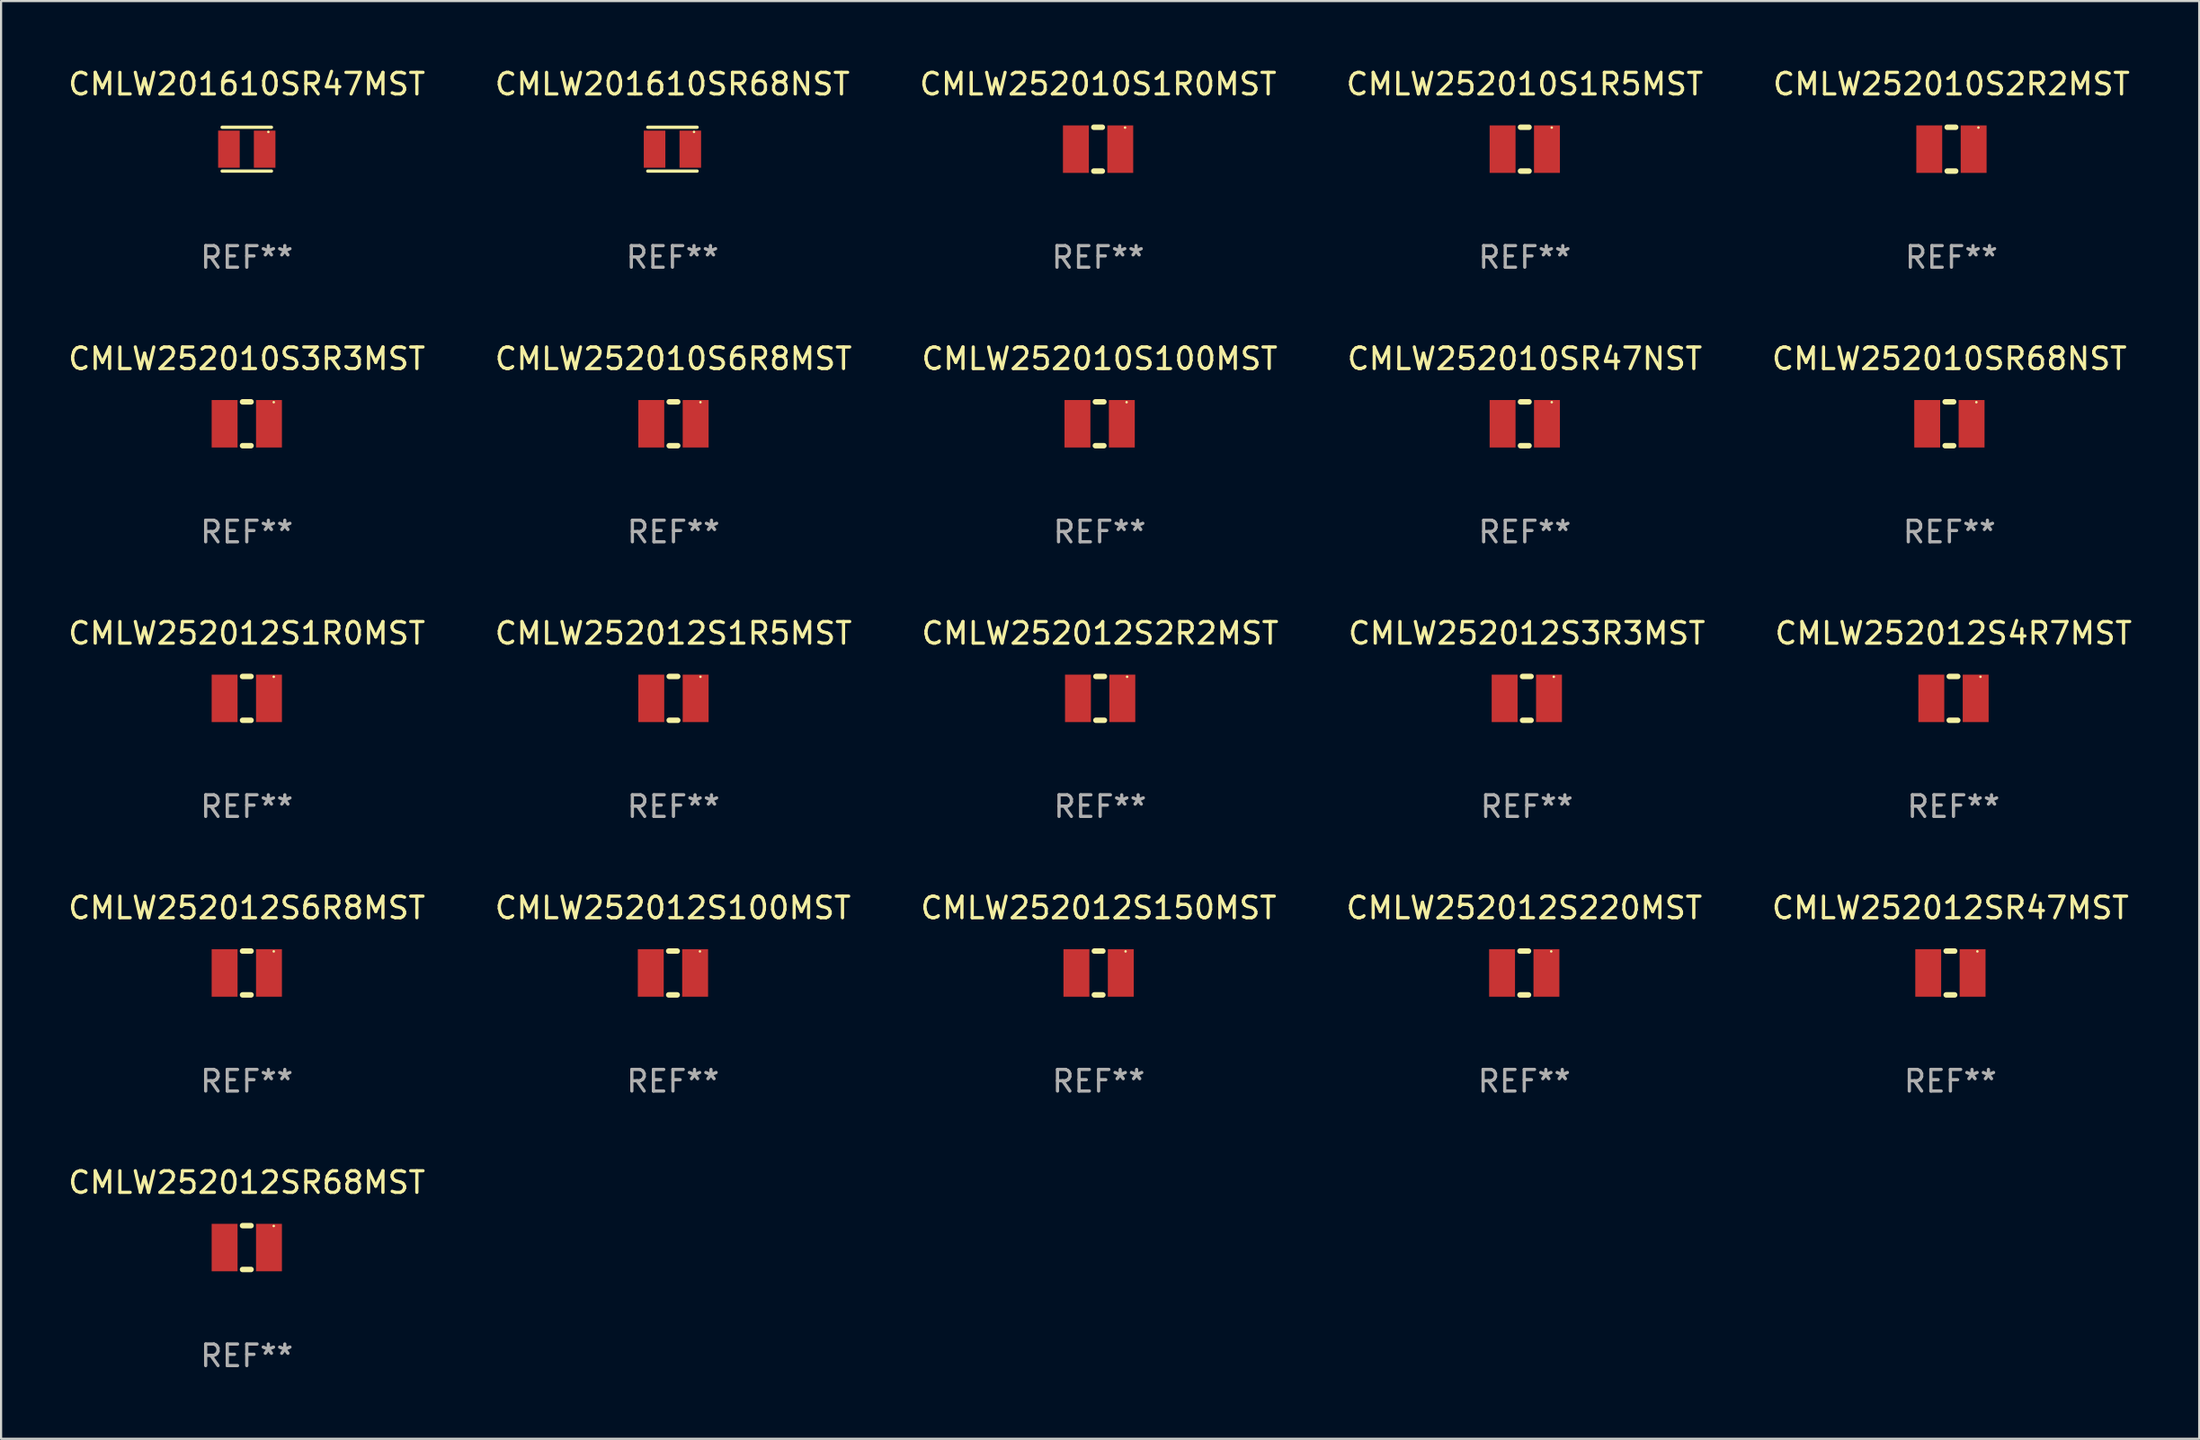
<source format=kicad_pcb>
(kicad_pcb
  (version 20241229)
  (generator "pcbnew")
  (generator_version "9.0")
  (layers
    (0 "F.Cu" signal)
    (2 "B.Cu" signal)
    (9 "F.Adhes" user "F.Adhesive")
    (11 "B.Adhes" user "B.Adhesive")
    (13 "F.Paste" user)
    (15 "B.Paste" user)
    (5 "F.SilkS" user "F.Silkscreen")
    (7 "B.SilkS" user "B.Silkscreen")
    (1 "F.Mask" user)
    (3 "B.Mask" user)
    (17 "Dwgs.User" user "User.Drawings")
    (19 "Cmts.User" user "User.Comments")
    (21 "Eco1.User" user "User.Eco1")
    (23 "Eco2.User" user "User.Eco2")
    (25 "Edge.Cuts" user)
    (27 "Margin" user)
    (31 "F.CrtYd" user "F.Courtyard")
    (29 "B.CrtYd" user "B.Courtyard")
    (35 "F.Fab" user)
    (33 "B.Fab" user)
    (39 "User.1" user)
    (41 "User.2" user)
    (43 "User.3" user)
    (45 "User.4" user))
  (footprint "CMLW252010SR47NST"
    (layer "F.Cu")
    (at 67.613 16.593)
    (property "Reference" "CMLW252010SR47NST" (at 0 -3.016 0) (layer "F.SilkS") (effects (font (size 1 1) (thickness 0.15))))
    (attr through_hole)
    (fp_line (start -0.197 1.016) (end 0.197 1.016) (stroke (width 0.254) (type solid)) (layer "F.SilkS"))
    (fp_line (start 0.197 -1.016) (end -0.197 -1.016) (stroke (width 0.254) (type solid)) (layer "F.SilkS"))
    (fp_circle (center 1.25 -1) (end 1.28 -1) (stroke (width 0.06) (type solid)) (fill no) (layer "F.SilkS"))
    (fp_text user "REF**" (at 0 5.016 0) (layer "F.Fab") (effects (font (size 1 1) (thickness 0.15))))
    (pad "1" smd rect (at 1.028 0) (size 1.2 2.2) (layers "F.Cu" "F.Mask" "F.Paste"))
    (pad "2" smd rect (at -1.028 0) (size 1.2 2.2) (layers "F.Cu" "F.Mask" "F.Paste")))
  (footprint "CMLW252012S150MST"
    (layer "F.Cu")
    (at 47.863 42.05)
    (property "Reference" "CMLW252012S150MST" (at 0 -3.016 0) (layer "F.SilkS") (effects (font (size 1 1) (thickness 0.15))))
    (attr through_hole)
    (fp_line (start -0.197 1.016) (end 0.197 1.016) (stroke (width 0.254) (type solid)) (layer "F.SilkS"))
    (fp_line (start 0.197 -1.016) (end -0.197 -1.016) (stroke (width 0.254) (type solid)) (layer "F.SilkS"))
    (fp_circle (center 1.25 -1) (end 1.28 -1) (stroke (width 0.06) (type solid)) (fill no) (layer "F.SilkS"))
    (fp_text user "REF**" (at 0 5.016 0) (layer "F.Fab") (effects (font (size 1 1) (thickness 0.15))))
    (pad "1" smd rect (at 1.028 0) (size 1.2 2.2) (layers "F.Cu" "F.Mask" "F.Paste"))
    (pad "2" smd rect (at -1.028 0) (size 1.2 2.2) (layers "F.Cu" "F.Mask" "F.Paste")))
  (footprint "CMLW252010S100MST"
    (layer "F.Cu")
    (at 47.911 16.593)
    (property "Reference" "CMLW252010S100MST" (at 0 -3.016 0) (layer "F.SilkS") (effects (font (size 1 1) (thickness 0.15))))
    (attr through_hole)
    (fp_line (start -0.197 1.016) (end 0.197 1.016) (stroke (width 0.254) (type solid)) (layer "F.SilkS"))
    (fp_line (start 0.197 -1.016) (end -0.197 -1.016) (stroke (width 0.254) (type solid)) (layer "F.SilkS"))
    (fp_circle (center 1.25 -1) (end 1.28 -1) (stroke (width 0.06) (type solid)) (fill no) (layer "F.SilkS"))
    (fp_text user "REF**" (at 0 5.016 0) (layer "F.Fab") (effects (font (size 1 1) (thickness 0.15))))
    (pad "1" smd rect (at 1.028 0) (size 1.2 2.2) (layers "F.Cu" "F.Mask" "F.Paste"))
    (pad "2" smd rect (at -1.028 0) (size 1.2 2.2) (layers "F.Cu" "F.Mask" "F.Paste")))
  (footprint "CMLW252012S1R0MST"
    (layer "F.Cu")
    (at 8.387 29.321)
    (property "Reference" "CMLW252012S1R0MST" (at 0 -3.016 0) (layer "F.SilkS") (effects (font (size 1 1) (thickness 0.15))))
    (attr through_hole)
    (fp_line (start -0.197 1.016) (end 0.197 1.016) (stroke (width 0.254) (type solid)) (layer "F.SilkS"))
    (fp_line (start 0.197 -1.016) (end -0.197 -1.016) (stroke (width 0.254) (type solid)) (layer "F.SilkS"))
    (fp_circle (center 1.25 -1) (end 1.28 -1) (stroke (width 0.06) (type solid)) (fill no) (layer "F.SilkS"))
    (fp_text user "REF**" (at 0 5.016 0) (layer "F.Fab") (effects (font (size 1 1) (thickness 0.15))))
    (pad "1" smd rect (at 1.028 0) (size 1.2 2.2) (layers "F.Cu" "F.Mask" "F.Paste"))
    (pad "2" smd rect (at -1.028 0) (size 1.2 2.2) (layers "F.Cu" "F.Mask" "F.Paste")))
  (footprint "CMLW201610SR47MST"
    (layer "F.Cu")
    (at 8.387 3.864)
    (property "Reference" "CMLW201610SR47MST" (at 0 -3.016 0) (layer "F.SilkS") (effects (font (size 1 1) (thickness 0.15))))
    (attr through_hole)
    (fp_line (start -1.143 -1.016) (end 1.143 -1.016) (stroke (width 0.152) (type solid)) (layer "F.SilkS"))
    (fp_line (start 1.143 1.016) (end -1.143 1.016) (stroke (width 0.152) (type solid)) (layer "F.SilkS"))
    (fp_circle (center 1 -0.8) (end 1.03 -0.8) (stroke (width 0.06) (type solid)) (fill no) (layer "F.SilkS"))
    (fp_text user "REF**" (at 0 5.016 0) (layer "F.Fab") (effects (font (size 1 1) (thickness 0.15))))
    (pad "1" smd rect (at 0.828 0) (size 1 1.72) (layers "F.Cu" "F.Mask" "F.Paste"))
    (pad "2" smd rect (at -0.828 0) (size 1 1.72) (layers "F.Cu" "F.Mask" "F.Paste")))
  (footprint "CMLW252010S1R0MST"
    (layer "F.Cu")
    (at 47.839 3.864)
    (property "Reference" "CMLW252010S1R0MST" (at 0 -3.016 0) (layer "F.SilkS") (effects (font (size 1 1) (thickness 0.15))))
    (attr through_hole)
    (fp_line (start -0.197 1.016) (end 0.197 1.016) (stroke (width 0.254) (type solid)) (layer "F.SilkS"))
    (fp_line (start 0.197 -1.016) (end -0.197 -1.016) (stroke (width 0.254) (type solid)) (layer "F.SilkS"))
    (fp_circle (center 1.25 -1) (end 1.28 -1) (stroke (width 0.06) (type solid)) (fill no) (layer "F.SilkS"))
    (fp_text user "REF**" (at 0 5.016 0) (layer "F.Fab") (effects (font (size 1 1) (thickness 0.15))))
    (pad "1" smd rect (at 1.028 0) (size 1.2 2.2) (layers "F.Cu" "F.Mask" "F.Paste"))
    (pad "2" smd rect (at -1.028 0) (size 1.2 2.2) (layers "F.Cu" "F.Mask" "F.Paste")))
  (footprint "CMLW252012S6R8MST"
    (layer "F.Cu")
    (at 8.387 42.05)
    (property "Reference" "CMLW252012S6R8MST" (at 0 -3.016 0) (layer "F.SilkS") (effects (font (size 1 1) (thickness 0.15))))
    (attr through_hole)
    (fp_line (start -0.197 1.016) (end 0.197 1.016) (stroke (width 0.254) (type solid)) (layer "F.SilkS"))
    (fp_line (start 0.197 -1.016) (end -0.197 -1.016) (stroke (width 0.254) (type solid)) (layer "F.SilkS"))
    (fp_circle (center 1.25 -1) (end 1.28 -1) (stroke (width 0.06) (type solid)) (fill no) (layer "F.SilkS"))
    (fp_text user "REF**" (at 0 5.016 0) (layer "F.Fab") (effects (font (size 1 1) (thickness 0.15))))
    (pad "1" smd rect (at 1.028 0) (size 1.2 2.2) (layers "F.Cu" "F.Mask" "F.Paste"))
    (pad "2" smd rect (at -1.028 0) (size 1.2 2.2) (layers "F.Cu" "F.Mask" "F.Paste")))
  (footprint "CMLW252010S1R5MST"
    (layer "F.Cu")
    (at 67.613 3.864)
    (property "Reference" "CMLW252010S1R5MST" (at 0 -3.016 0) (layer "F.SilkS") (effects (font (size 1 1) (thickness 0.15))))
    (attr through_hole)
    (fp_line (start -0.197 1.016) (end 0.197 1.016) (stroke (width 0.254) (type solid)) (layer "F.SilkS"))
    (fp_line (start 0.197 -1.016) (end -0.197 -1.016) (stroke (width 0.254) (type solid)) (layer "F.SilkS"))
    (fp_circle (center 1.25 -1) (end 1.28 -1) (stroke (width 0.06) (type solid)) (fill no) (layer "F.SilkS"))
    (fp_text user "REF**" (at 0 5.016 0) (layer "F.Fab") (effects (font (size 1 1) (thickness 0.15))))
    (pad "1" smd rect (at 1.028 0) (size 1.2 2.2) (layers "F.Cu" "F.Mask" "F.Paste"))
    (pad "2" smd rect (at -1.028 0) (size 1.2 2.2) (layers "F.Cu" "F.Mask" "F.Paste")))
  (footprint "CMLW252010S6R8MST"
    (layer "F.Cu")
    (at 28.161 16.593)
    (property "Reference" "CMLW252010S6R8MST" (at 0 -3.016 0) (layer "F.SilkS") (effects (font (size 1 1) (thickness 0.15))))
    (attr through_hole)
    (fp_line (start -0.197 1.016) (end 0.197 1.016) (stroke (width 0.254) (type solid)) (layer "F.SilkS"))
    (fp_line (start 0.197 -1.016) (end -0.197 -1.016) (stroke (width 0.254) (type solid)) (layer "F.SilkS"))
    (fp_circle (center 1.25 -1) (end 1.28 -1) (stroke (width 0.06) (type solid)) (fill no) (layer "F.SilkS"))
    (fp_text user "REF**" (at 0 5.016 0) (layer "F.Fab") (effects (font (size 1 1) (thickness 0.15))))
    (pad "1" smd rect (at 1.028 0) (size 1.2 2.2) (layers "F.Cu" "F.Mask" "F.Paste"))
    (pad "2" smd rect (at -1.028 0) (size 1.2 2.2) (layers "F.Cu" "F.Mask" "F.Paste")))
  (footprint "CMLW252012SR47MST"
    (layer "F.Cu")
    (at 87.339 42.05)
    (property "Reference" "CMLW252012SR47MST" (at 0 -3.016 0) (layer "F.SilkS") (effects (font (size 1 1) (thickness 0.15))))
    (attr through_hole)
    (fp_line (start -0.197 1.016) (end 0.197 1.016) (stroke (width 0.254) (type solid)) (layer "F.SilkS"))
    (fp_line (start 0.197 -1.016) (end -0.197 -1.016) (stroke (width 0.254) (type solid)) (layer "F.SilkS"))
    (fp_circle (center 1.25 -1) (end 1.28 -1) (stroke (width 0.06) (type solid)) (fill no) (layer "F.SilkS"))
    (fp_text user "REF**" (at 0 5.016 0) (layer "F.Fab") (effects (font (size 1 1) (thickness 0.15))))
    (pad "1" smd rect (at 1.028 0) (size 1.2 2.2) (layers "F.Cu" "F.Mask" "F.Paste"))
    (pad "2" smd rect (at -1.028 0) (size 1.2 2.2) (layers "F.Cu" "F.Mask" "F.Paste")))
  (footprint "CMLW252010S2R2MST"
    (layer "F.Cu")
    (at 87.387 3.864)
    (property "Reference" "CMLW252010S2R2MST" (at 0 -3.016 0) (layer "F.SilkS") (effects (font (size 1 1) (thickness 0.15))))
    (attr through_hole)
    (fp_line (start -0.197 1.016) (end 0.197 1.016) (stroke (width 0.254) (type solid)) (layer "F.SilkS"))
    (fp_line (start 0.197 -1.016) (end -0.197 -1.016) (stroke (width 0.254) (type solid)) (layer "F.SilkS"))
    (fp_circle (center 1.25 -1) (end 1.28 -1) (stroke (width 0.06) (type solid)) (fill no) (layer "F.SilkS"))
    (fp_text user "REF**" (at 0 5.016 0) (layer "F.Fab") (effects (font (size 1 1) (thickness 0.15))))
    (pad "1" smd rect (at 1.028 0) (size 1.2 2.2) (layers "F.Cu" "F.Mask" "F.Paste"))
    (pad "2" smd rect (at -1.028 0) (size 1.2 2.2) (layers "F.Cu" "F.Mask" "F.Paste")))
  (footprint "CMLW252010S3R3MST"
    (layer "F.Cu")
    (at 8.387 16.593)
    (property "Reference" "CMLW252010S3R3MST" (at 0 -3.016 0) (layer "F.SilkS") (effects (font (size 1 1) (thickness 0.15))))
    (attr through_hole)
    (fp_line (start -0.197 1.016) (end 0.197 1.016) (stroke (width 0.254) (type solid)) (layer "F.SilkS"))
    (fp_line (start 0.197 -1.016) (end -0.197 -1.016) (stroke (width 0.254) (type solid)) (layer "F.SilkS"))
    (fp_circle (center 1.25 -1) (end 1.28 -1) (stroke (width 0.06) (type solid)) (fill no) (layer "F.SilkS"))
    (fp_text user "REF**" (at 0 5.016 0) (layer "F.Fab") (effects (font (size 1 1) (thickness 0.15))))
    (pad "1" smd rect (at 1.028 0) (size 1.2 2.2) (layers "F.Cu" "F.Mask" "F.Paste"))
    (pad "2" smd rect (at -1.028 0) (size 1.2 2.2) (layers "F.Cu" "F.Mask" "F.Paste")))
  (footprint "CMLW201610SR68NST"
    (layer "F.Cu")
    (at 28.113 3.864)
    (property "Reference" "CMLW201610SR68NST" (at 0 -3.016 0) (layer "F.SilkS") (effects (font (size 1 1) (thickness 0.15))))
    (attr through_hole)
    (fp_line (start -1.143 -1.016) (end 1.143 -1.016) (stroke (width 0.152) (type solid)) (layer "F.SilkS"))
    (fp_line (start 1.143 1.016) (end -1.143 1.016) (stroke (width 0.152) (type solid)) (layer "F.SilkS"))
    (fp_circle (center 1 -0.8) (end 1.03 -0.8) (stroke (width 0.06) (type solid)) (fill no) (layer "F.SilkS"))
    (fp_text user "REF**" (at 0 5.016 0) (layer "F.Fab") (effects (font (size 1 1) (thickness 0.15))))
    (pad "1" smd rect (at 0.828 0) (size 1 1.72) (layers "F.Cu" "F.Mask" "F.Paste"))
    (pad "2" smd rect (at -0.828 0) (size 1 1.72) (layers "F.Cu" "F.Mask" "F.Paste")))
  (footprint "CMLW252012S220MST"
    (layer "F.Cu")
    (at 67.589 42.05)
    (property "Reference" "CMLW252012S220MST" (at 0 -3.016 0) (layer "F.SilkS") (effects (font (size 1 1) (thickness 0.15))))
    (attr through_hole)
    (fp_line (start -0.197 1.016) (end 0.197 1.016) (stroke (width 0.254) (type solid)) (layer "F.SilkS"))
    (fp_line (start 0.197 -1.016) (end -0.197 -1.016) (stroke (width 0.254) (type solid)) (layer "F.SilkS"))
    (fp_circle (center 1.25 -1) (end 1.28 -1) (stroke (width 0.06) (type solid)) (fill no) (layer "F.SilkS"))
    (fp_text user "REF**" (at 0 5.016 0) (layer "F.Fab") (effects (font (size 1 1) (thickness 0.15))))
    (pad "1" smd rect (at 1.028 0) (size 1.2 2.2) (layers "F.Cu" "F.Mask" "F.Paste"))
    (pad "2" smd rect (at -1.028 0) (size 1.2 2.2) (layers "F.Cu" "F.Mask" "F.Paste")))
  (footprint "CMLW252012S100MST"
    (layer "F.Cu")
    (at 28.137 42.05)
    (property "Reference" "CMLW252012S100MST" (at 0 -3.016 0) (layer "F.SilkS") (effects (font (size 1 1) (thickness 0.15))))
    (attr through_hole)
    (fp_line (start -0.197 1.016) (end 0.197 1.016) (stroke (width 0.254) (type solid)) (layer "F.SilkS"))
    (fp_line (start 0.197 -1.016) (end -0.197 -1.016) (stroke (width 0.254) (type solid)) (layer "F.SilkS"))
    (fp_circle (center 1.25 -1) (end 1.28 -1) (stroke (width 0.06) (type solid)) (fill no) (layer "F.SilkS"))
    (fp_text user "REF**" (at 0 5.016 0) (layer "F.Fab") (effects (font (size 1 1) (thickness 0.15))))
    (pad "1" smd rect (at 1.028 0) (size 1.2 2.2) (layers "F.Cu" "F.Mask" "F.Paste"))
    (pad "2" smd rect (at -1.028 0) (size 1.2 2.2) (layers "F.Cu" "F.Mask" "F.Paste")))
  (footprint "CMLW252012S1R5MST"
    (layer "F.Cu")
    (at 28.161 29.321)
    (property "Reference" "CMLW252012S1R5MST" (at 0 -3.016 0) (layer "F.SilkS") (effects (font (size 1 1) (thickness 0.15))))
    (attr through_hole)
    (fp_line (start -0.197 1.016) (end 0.197 1.016) (stroke (width 0.254) (type solid)) (layer "F.SilkS"))
    (fp_line (start 0.197 -1.016) (end -0.197 -1.016) (stroke (width 0.254) (type solid)) (layer "F.SilkS"))
    (fp_circle (center 1.25 -1) (end 1.28 -1) (stroke (width 0.06) (type solid)) (fill no) (layer "F.SilkS"))
    (fp_text user "REF**" (at 0 5.016 0) (layer "F.Fab") (effects (font (size 1 1) (thickness 0.15))))
    (pad "1" smd rect (at 1.028 0) (size 1.2 2.2) (layers "F.Cu" "F.Mask" "F.Paste"))
    (pad "2" smd rect (at -1.028 0) (size 1.2 2.2) (layers "F.Cu" "F.Mask" "F.Paste")))
  (footprint "CMLW252010SR68NST"
    (layer "F.Cu")
    (at 87.292 16.593)
    (property "Reference" "CMLW252010SR68NST" (at 0 -3.016 0) (layer "F.SilkS") (effects (font (size 1 1) (thickness 0.15))))
    (attr through_hole)
    (fp_line (start -0.197 1.016) (end 0.197 1.016) (stroke (width 0.254) (type solid)) (layer "F.SilkS"))
    (fp_line (start 0.197 -1.016) (end -0.197 -1.016) (stroke (width 0.254) (type solid)) (layer "F.SilkS"))
    (fp_circle (center 1.25 -1) (end 1.28 -1) (stroke (width 0.06) (type solid)) (fill no) (layer "F.SilkS"))
    (fp_text user "REF**" (at 0 5.016 0) (layer "F.Fab") (effects (font (size 1 1) (thickness 0.15))))
    (pad "1" smd rect (at 1.028 0) (size 1.2 2.2) (layers "F.Cu" "F.Mask" "F.Paste"))
    (pad "2" smd rect (at -1.028 0) (size 1.2 2.2) (layers "F.Cu" "F.Mask" "F.Paste")))
  (footprint "CMLW252012S3R3MST"
    (layer "F.Cu")
    (at 67.708 29.321)
    (property "Reference" "CMLW252012S3R3MST" (at 0 -3.016 0) (layer "F.SilkS") (effects (font (size 1 1) (thickness 0.15))))
    (attr through_hole)
    (fp_line (start -0.197 1.016) (end 0.197 1.016) (stroke (width 0.254) (type solid)) (layer "F.SilkS"))
    (fp_line (start 0.197 -1.016) (end -0.197 -1.016) (stroke (width 0.254) (type solid)) (layer "F.SilkS"))
    (fp_circle (center 1.25 -1) (end 1.28 -1) (stroke (width 0.06) (type solid)) (fill no) (layer "F.SilkS"))
    (fp_text user "REF**" (at 0 5.016 0) (layer "F.Fab") (effects (font (size 1 1) (thickness 0.15))))
    (pad "1" smd rect (at 1.028 0) (size 1.2 2.2) (layers "F.Cu" "F.Mask" "F.Paste"))
    (pad "2" smd rect (at -1.028 0) (size 1.2 2.2) (layers "F.Cu" "F.Mask" "F.Paste")))
  (footprint "CMLW252012SR68MST"
    (layer "F.Cu")
    (at 8.387 54.778)
    (property "Reference" "CMLW252012SR68MST" (at 0 -3.016 0) (layer "F.SilkS") (effects (font (size 1 1) (thickness 0.15))))
    (attr through_hole)
    (fp_line (start -0.197 1.016) (end 0.197 1.016) (stroke (width 0.254) (type solid)) (layer "F.SilkS"))
    (fp_line (start 0.197 -1.016) (end -0.197 -1.016) (stroke (width 0.254) (type solid)) (layer "F.SilkS"))
    (fp_circle (center 1.25 -1) (end 1.28 -1) (stroke (width 0.06) (type solid)) (fill no) (layer "F.SilkS"))
    (fp_text user "REF**" (at 0 5.016 0) (layer "F.Fab") (effects (font (size 1 1) (thickness 0.15))))
    (pad "1" smd rect (at 1.028 0) (size 1.2 2.2) (layers "F.Cu" "F.Mask" "F.Paste"))
    (pad "2" smd rect (at -1.028 0) (size 1.2 2.2) (layers "F.Cu" "F.Mask" "F.Paste")))
  (footprint "CMLW252012S2R2MST"
    (layer "F.Cu")
    (at 47.935 29.321)
    (property "Reference" "CMLW252012S2R2MST" (at 0 -3.016 0) (layer "F.SilkS") (effects (font (size 1 1) (thickness 0.15))))
    (attr through_hole)
    (fp_line (start -0.197 1.016) (end 0.197 1.016) (stroke (width 0.254) (type solid)) (layer "F.SilkS"))
    (fp_line (start 0.197 -1.016) (end -0.197 -1.016) (stroke (width 0.254) (type solid)) (layer "F.SilkS"))
    (fp_circle (center 1.25 -1) (end 1.28 -1) (stroke (width 0.06) (type solid)) (fill no) (layer "F.SilkS"))
    (fp_text user "REF**" (at 0 5.016 0) (layer "F.Fab") (effects (font (size 1 1) (thickness 0.15))))
    (pad "1" smd rect (at 1.028 0) (size 1.2 2.2) (layers "F.Cu" "F.Mask" "F.Paste"))
    (pad "2" smd rect (at -1.028 0) (size 1.2 2.2) (layers "F.Cu" "F.Mask" "F.Paste")))
  (footprint "CMLW252012S4R7MST"
    (layer "F.Cu")
    (at 87.482 29.321)
    (property "Reference" "CMLW252012S4R7MST" (at 0 -3.016 0) (layer "F.SilkS") (effects (font (size 1 1) (thickness 0.15))))
    (attr through_hole)
    (fp_line (start -0.197 1.016) (end 0.197 1.016) (stroke (width 0.254) (type solid)) (layer "F.SilkS"))
    (fp_line (start 0.197 -1.016) (end -0.197 -1.016) (stroke (width 0.254) (type solid)) (layer "F.SilkS"))
    (fp_circle (center 1.25 -1) (end 1.28 -1) (stroke (width 0.06) (type solid)) (fill no) (layer "F.SilkS"))
    (fp_text user "REF**" (at 0 5.016 0) (layer "F.Fab") (effects (font (size 1 1) (thickness 0.15))))
    (pad "1" smd rect (at 1.028 0) (size 1.2 2.2) (layers "F.Cu" "F.Mask" "F.Paste"))
    (pad "2" smd rect (at -1.028 0) (size 1.2 2.2) (layers "F.Cu" "F.Mask" "F.Paste")))
  (gr_rect
    (start -3 -3)
    (end 98.869 63.643)
    (stroke (width 0.1) (type default))
    (fill no)
    (layer "Edge.Cuts")))
</source>
